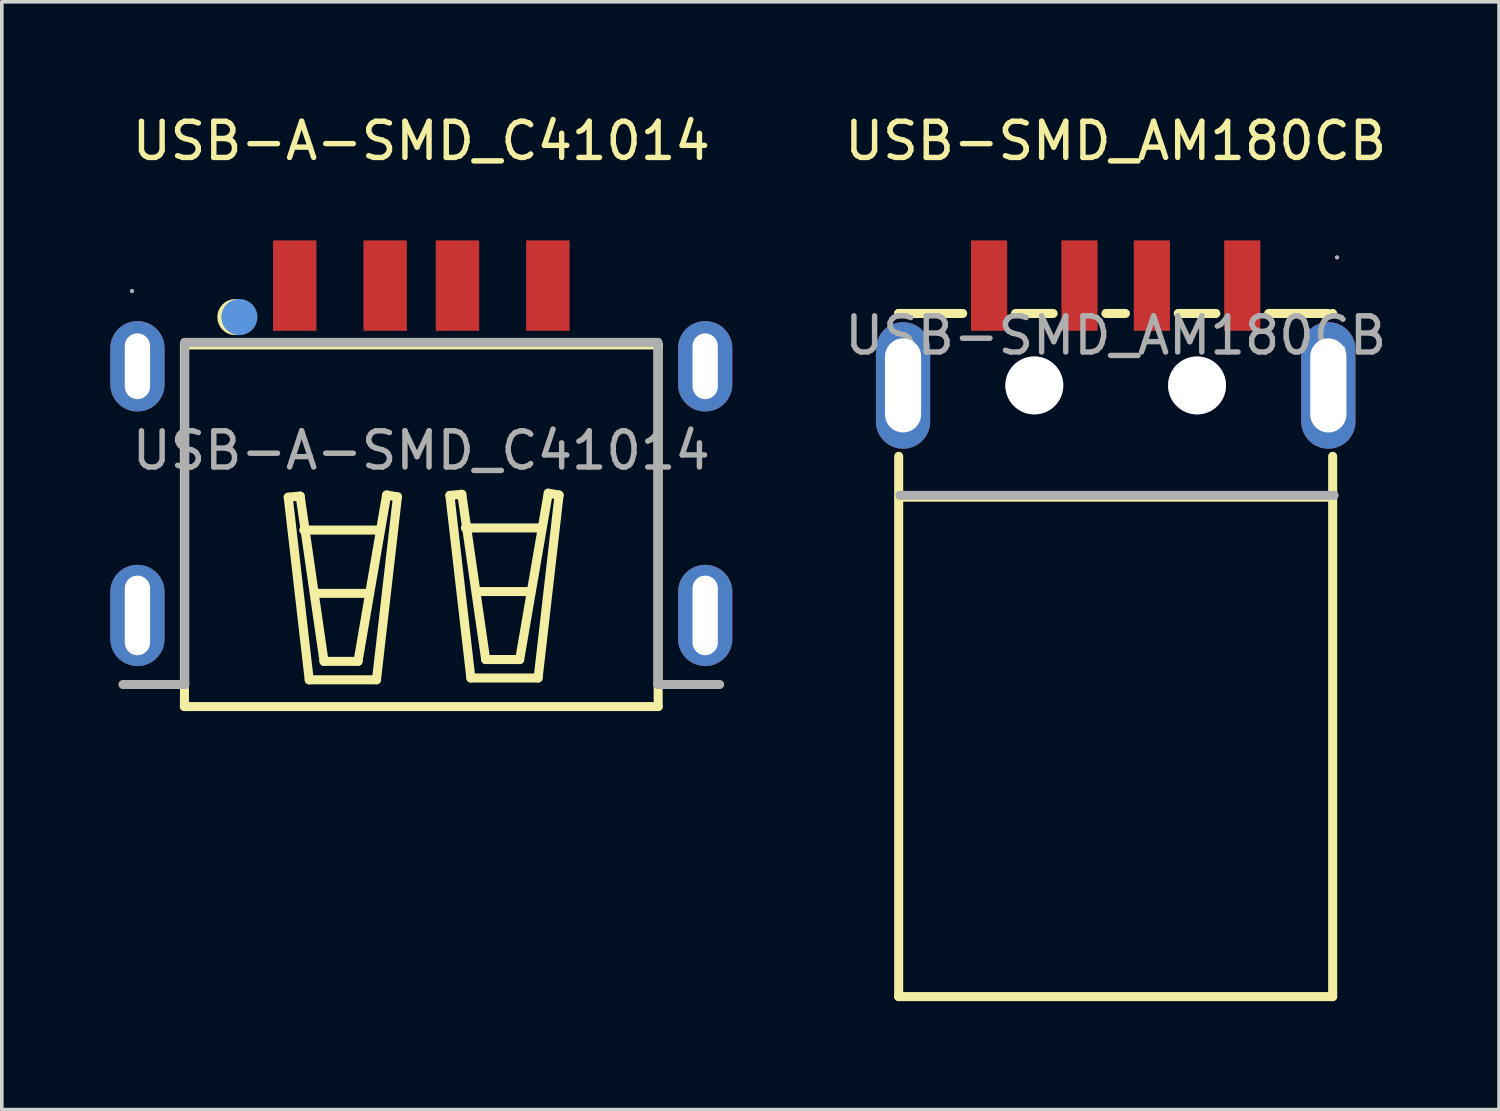
<source format=kicad_pcb>
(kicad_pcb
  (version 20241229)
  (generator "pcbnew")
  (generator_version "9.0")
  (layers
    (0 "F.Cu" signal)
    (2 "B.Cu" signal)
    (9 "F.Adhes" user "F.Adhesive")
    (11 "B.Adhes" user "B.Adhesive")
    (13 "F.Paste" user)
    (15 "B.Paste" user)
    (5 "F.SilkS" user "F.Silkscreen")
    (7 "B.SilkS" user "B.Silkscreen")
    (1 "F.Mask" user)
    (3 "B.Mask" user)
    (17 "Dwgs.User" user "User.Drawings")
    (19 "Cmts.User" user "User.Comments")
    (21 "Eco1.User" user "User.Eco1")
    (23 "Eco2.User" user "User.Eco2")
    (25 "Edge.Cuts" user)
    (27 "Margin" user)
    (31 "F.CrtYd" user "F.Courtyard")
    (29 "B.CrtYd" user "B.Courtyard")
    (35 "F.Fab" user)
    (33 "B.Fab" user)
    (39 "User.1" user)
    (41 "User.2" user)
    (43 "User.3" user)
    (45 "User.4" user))
  (footprint "USB-A-SMD_C41014"
    (layer "F.Cu")
    (at 8.6 9.408)
    (property "Reference" "USB-A-SMD_C41014" (at 0 -8.56 0) (layer "F.SilkS") (effects (font (size 1 1) (thickness 0.15))))
    (attr smd)
    (fp_line (start -6.55 -2.92) (end 6.55 -2.92) (stroke (width 0.25) (type solid)) (layer "F.SilkS"))
    (fp_line (start -6.55 7.08) (end -6.55 -2.92) (stroke (width 0.25) (type solid)) (layer "F.SilkS"))
    (fp_line (start -3.68 1.29) (end -3.1 6.34) (stroke (width 0.25) (type solid)) (layer "F.SilkS"))
    (fp_line (start -3.35 1.26) (end -3.68 1.29) (stroke (width 0.25) (type solid)) (layer "F.SilkS"))
    (fp_line (start -3.25 2.2) (end -1.17 2.2) (stroke (width 0.25) (type solid)) (layer "F.SilkS"))
    (fp_line (start -3.1 6.34) (end -1.24 6.34) (stroke (width 0.25) (type solid)) (layer "F.SilkS"))
    (fp_line (start -2.92 3.95) (end -1.47 3.95) (stroke (width 0.25) (type solid)) (layer "F.SilkS"))
    (fp_line (start -2.69 5.83) (end -3.35 1.26) (stroke (width 0.25) (type solid)) (layer "F.SilkS"))
    (fp_line (start -1.75 5.83) (end -2.69 5.83) (stroke (width 0.25) (type solid)) (layer "F.SilkS"))
    (fp_line (start -1.24 6.34) (end -0.66 1.28) (stroke (width 0.25) (type solid)) (layer "F.SilkS"))
    (fp_line (start -0.96 1.23) (end -1.75 5.83) (stroke (width 0.25) (type solid)) (layer "F.SilkS"))
    (fp_line (start -0.66 1.28) (end -0.96 1.23) (stroke (width 0.25) (type solid)) (layer "F.SilkS"))
    (fp_line (start 0.79 1.24) (end 1.12 1.21) (stroke (width 0.25) (type solid)) (layer "F.SilkS"))
    (fp_line (start 1.12 1.21) (end 1.78 5.78) (stroke (width 0.25) (type solid)) (layer "F.SilkS"))
    (fp_line (start 1.22 2.14) (end 3.3 2.14) (stroke (width 0.25) (type solid)) (layer "F.SilkS"))
    (fp_line (start 1.37 6.29) (end 0.79 1.24) (stroke (width 0.25) (type solid)) (layer "F.SilkS"))
    (fp_line (start 1.55 3.9) (end 3 3.9) (stroke (width 0.25) (type solid)) (layer "F.SilkS"))
    (fp_line (start 1.78 5.78) (end 2.72 5.78) (stroke (width 0.25) (type solid)) (layer "F.SilkS"))
    (fp_line (start 2.72 5.78) (end 3.51 1.18) (stroke (width 0.25) (type solid)) (layer "F.SilkS"))
    (fp_line (start 3.23 6.29) (end 1.37 6.29) (stroke (width 0.25) (type solid)) (layer "F.SilkS"))
    (fp_line (start 3.51 1.18) (end 3.81 1.23) (stroke (width 0.25) (type solid)) (layer "F.SilkS"))
    (fp_line (start 3.81 1.23) (end 3.23 6.29) (stroke (width 0.25) (type solid)) (layer "F.SilkS"))
    (fp_line (start 6.55 -2.92) (end 6.55 7.08) (stroke (width 0.25) (type solid)) (layer "F.SilkS"))
    (fp_line (start 6.55 7.08) (end -6.55 7.08) (stroke (width 0.25) (type solid)) (layer "F.SilkS"))
    (fp_circle (center -5.14 -3.69) (end -4.89 -3.69) (stroke (width 0.5) (type solid)) (fill no) (layer "F.SilkS"))
    (fp_circle (center -5.03 -3.69) (end -4.78 -3.69) (stroke (width 0.5) (type solid)) (fill no) (layer "Cmts.User"))
    (fp_line (start -6.54 -2.99) (end -6.54 6.47) (stroke (width 0.25) (type solid)) (layer "F.Fab"))
    (fp_line (start -6.54 6.47) (end -8.25 6.47) (stroke (width 0.25) (type solid)) (layer "F.Fab"))
    (fp_line (start 6.54 -2.99) (end -6.54 -2.99) (stroke (width 0.25) (type solid)) (layer "F.Fab"))
    (fp_line (start 6.54 -2.99) (end 6.54 6.47) (stroke (width 0.25) (type solid)) (layer "F.Fab"))
    (fp_line (start 6.54 6.47) (end 8.25 6.47) (stroke (width 0.25) (type solid)) (layer "F.Fab"))
    (fp_circle (center -8 -4.41) (end -7.97 -4.41) (stroke (width 0.06) (type solid)) (fill no) (layer "F.Fab"))
    (fp_text user "${REFERENCE}" (at 0 0 0) (layer "F.Fab") (effects (font (size 1 1) (thickness 0.15))))
    (pad "1" smd rect (at -3.5 -4.56) (size 1.2 2.5) (layers "F.Cu" "F.Mask" "F.Paste"))
    (pad "2" smd rect (at -1 -4.56) (size 1.2 2.5) (layers "F.Cu" "F.Mask" "F.Paste"))
    (pad "3" smd rect (at 1 -4.56) (size 1.2 2.5) (layers "F.Cu" "F.Mask" "F.Paste"))
    (pad "4" smd rect (at 3.5 -4.56) (size 1.2 2.5) (layers "F.Cu" "F.Mask" "F.Paste"))
    (pad "5" thru_hole oval (at 7.85 -2.33) (size 1.5 2.5) (drill oval 0.7 1.818) (layers "*.Cu" "*.Mask"))
    (pad "6" thru_hole oval (at 7.85 4.56) (size 1.5 2.8) (drill oval 0.7 2.201) (layers "*.Cu" "*.Mask"))
    (pad "7" thru_hole oval (at -7.85 -2.33) (size 1.5 2.5) (drill oval 0.7 1.818) (layers "*.Cu" "*.Mask"))
    (pad "8" thru_hole oval (at -7.85 4.56) (size 1.5 2.8) (drill oval 0.7 2.201) (layers "*.Cu" "*.Mask")))
  (footprint "USB-SMD_AM180CB"
    (layer "F.Cu")
    (at 27.801 6.228)
    (property "Reference" "USB-SMD_AM180CB" (at 0 -5.38 0) (layer "F.SilkS") (effects (font (size 1 1) (thickness 0.15))))
    (attr smd)
    (fp_line (start -6 -0.61) (end -4.23 -0.61) (stroke (width 0.25) (type solid)) (layer "F.SilkS"))
    (fp_line (start -6 -0.6) (end -6 -0.61) (stroke (width 0.25) (type solid)) (layer "F.SilkS"))
    (fp_line (start -6 4.47) (end -6 3.34) (stroke (width 0.25) (type solid)) (layer "F.SilkS"))
    (fp_line (start -6 4.47) (end -6 18.28) (stroke (width 0.25) (type solid)) (layer "F.SilkS"))
    (fp_line (start -6 18.28) (end 6 18.28) (stroke (width 0.25) (type solid)) (layer "F.SilkS"))
    (fp_line (start -2.77 -0.61) (end -1.73 -0.61) (stroke (width 0.25) (type solid)) (layer "F.SilkS"))
    (fp_line (start -0.27 -0.61) (end 0.27 -0.61) (stroke (width 0.25) (type solid)) (layer "F.SilkS"))
    (fp_line (start 1.73 -0.61) (end 2.77 -0.61) (stroke (width 0.25) (type solid)) (layer "F.SilkS"))
    (fp_line (start 4.23 -0.61) (end 5.87 -0.61) (stroke (width 0.25) (type solid)) (layer "F.SilkS"))
    (fp_line (start 6 -0.6) (end 6 -0.61) (stroke (width 0.25) (type solid)) (layer "F.SilkS"))
    (fp_line (start 6 4.4) (end 6 18.28) (stroke (width 0.25) (type solid)) (layer "F.SilkS"))
    (fp_line (start 6 4.47) (end -6 4.47) (stroke (width 0.25) (type solid)) (layer "F.SilkS"))
    (fp_line (start 6 4.47) (end 6 3.34) (stroke (width 0.25) (type solid)) (layer "F.SilkS"))
    (fp_line (start -5.97 4.42) (end 6.04 4.42) (stroke (width 0.25) (type solid)) (layer "F.Fab"))
    (fp_circle (center 6.12 -2.16) (end 6.15 -2.16) (stroke (width 0.06) (type solid)) (fill no) (layer "F.Fab"))
    (fp_text user "${REFERENCE}" (at 0 0 0) (layer "F.Fab") (effects (font (size 1 1) (thickness 0.15))))
    (pad "" thru_hole circle (at -2.25 1.38) (size 1.6 1.6) (drill 1.6) (layers "*.Cu" "*.Mask"))
    (pad "" thru_hole circle (at 2.25 1.38) (size 1.6 1.6) (drill 1.6) (layers "*.Cu" "*.Mask"))
    (pad "1" smd rect (at 3.5 -1.38) (size 1 2.5) (layers "F.Cu" "F.Mask" "F.Paste"))
    (pad "2" smd rect (at 1 -1.38) (size 1 2.5) (layers "F.Cu" "F.Mask" "F.Paste"))
    (pad "3" smd rect (at -1 -1.38) (size 1 2.5) (layers "F.Cu" "F.Mask" "F.Paste"))
    (pad "4" smd rect (at -3.5 -1.38) (size 1 2.5) (layers "F.Cu" "F.Mask" "F.Paste"))
    (pad "5" thru_hole oval (at -5.88 1.38) (size 1.5 3.5) (drill oval 1 2.6) (layers "*.Cu" "*.Mask"))
    (pad "5" thru_hole oval (at 5.88 1.38) (size 1.5 3.5) (drill oval 1 2.6) (layers "*.Cu" "*.Mask")))
  (gr_rect
    (start -3 -3)
    (end 38.402 27.633)
    (stroke (width 0.1) (type default))
    (fill no)
    (layer "Edge.Cuts")))
</source>
